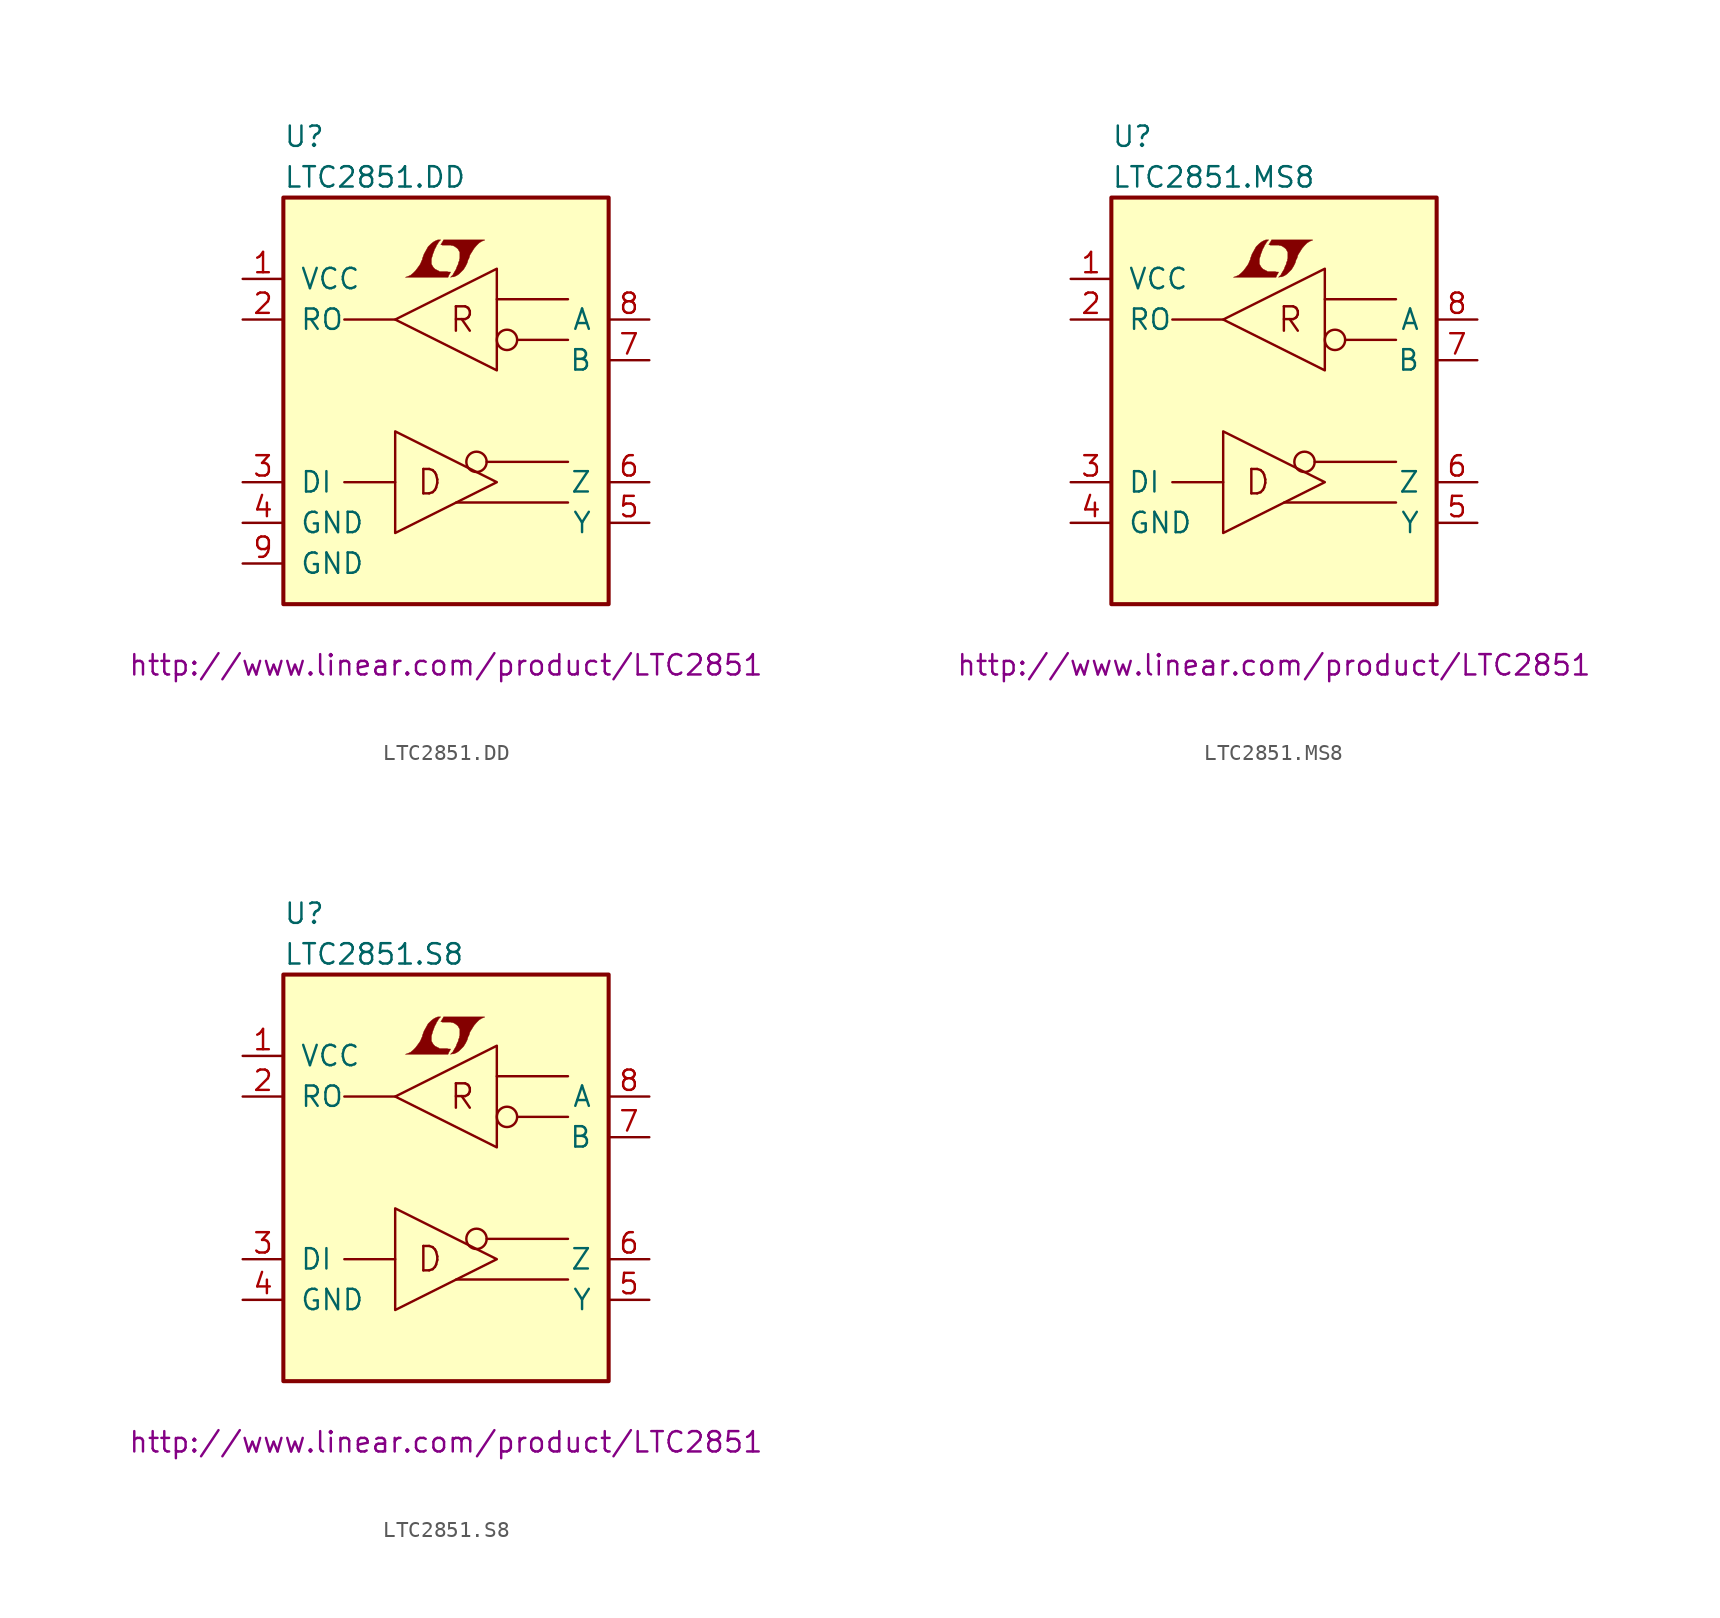
<source format=kicad_sym>
(kicad_symbol_lib
  (version 20201005)
  (generator kicad_symbol_editor)
  (symbol "LTC2851.DD"
    (pin_names
      (offset 1.016))
    (property "Reference" "U"
      (at -10.16 16.51 0)
      (effects (font (size 1.27 1.27)) (justify left)))
    (property "Value" "LTC2851.DD"
      (at -10.16 13.97 0)
      (effects (font (size 1.27 1.27)) (justify left)))
    (property "Datasheet" "http://www.linear.com/product/LTC2851"
      (at 0 -16.51 0)
      (effects (font (size 1.27 1.27))))
    (symbol "LTC2851.DD_0_0"
      (text "D" (at -1.016 -5.08 0) (effects (font (size 1.524 1.524))))
      (text "R" (at 1.016 5.08 0) (effects (font (size 1.524 1.524))))
      (polyline (pts (xy 0.203 7.899) (xy 0.229 7.925) (xy 0.279 8.026) (xy 0.279 8.052) (xy 0.152 8.052) (xy 0.051 8.077) (xy -0.406 8.077) (xy -0.432 8.103) (xy -0.686 8.23) (xy -0.787 8.331) (xy -0.864 8.458) (xy -0.914 8.56) (xy -0.914 8.865) (xy -0.864 9.017) (xy -0.838 9.119) (xy -0.813 9.195) (xy -0.762 9.322) (xy -0.711 9.474) (xy -0.635 9.601) (xy -0.584 9.728) (xy -0.508 9.83) (xy -0.457 9.931) (xy -0.33 10.058) (xy -0.508 10.058) (xy -0.635 10.008) (xy -0.737 9.957) (xy -0.813 9.906) (xy -0.94 9.804) (xy -1.118 9.627) (xy -1.372 9.169) (xy -1.473 8.89) (xy -1.473 8.839) (xy -1.524 8.738) (xy -1.575 8.611) (xy -1.626 8.509) (xy -1.753 8.331) (xy -1.905 8.128) (xy -2.057 7.976) (xy -2.21 7.849) (xy -2.388 7.772) (xy -2.54 7.722) (xy 0.127 7.722) (xy 0.203 7.899)) (stroke (width 0.025)) (fill (type outline)))
      (polyline (pts (xy 0.406 7.747) (xy 0.483 7.747) (xy 0.66 7.823) (xy 0.813 7.925) (xy 1.092 8.204) (xy 1.219 8.407) (xy 1.321 8.611) (xy 1.397 8.865) (xy 1.422 8.865) (xy 1.499 9.119) (xy 1.753 9.525) (xy 1.905 9.703) (xy 2.057 9.855) (xy 2.21 9.957) (xy 2.388 10.033) (xy 2.413 10.033) (xy 2.413 10.058) (xy -0.152 10.058) (xy -0.229 9.906) (xy -0.254 9.881) (xy -0.305 9.779) (xy -0.33 9.754) (xy -0.279 9.754) (xy -0.229 9.728) (xy 0.305 9.728) (xy 0.356 9.703) (xy 0.406 9.703) (xy 0.483 9.677) (xy 0.61 9.601) (xy 0.737 9.5) (xy 0.813 9.373) (xy 0.838 9.322) (xy 0.864 9.296) (xy 0.864 8.89) (xy 0.838 8.839) (xy 0.838 8.763) (xy 0.787 8.661) (xy 0.762 8.534) (xy 0.686 8.382) (xy 0.635 8.23) (xy 0.483 7.976) (xy 0.432 7.874) (xy 0.279 7.722) (xy 0.406 7.747)) (stroke (width 0.025)) (fill (type outline))))
    (symbol "LTC2851.DD_0_1"
      (circle (center 1.905 -3.81) (radius 0.635) (stroke (width 0)) (fill (type none)))
      (circle (center 3.81 3.81) (radius 0.635) (stroke (width 0)) (fill (type none)))
      (rectangle (start -10.16 12.7) (end 10.16 -12.7) (stroke (width 0.254)) (fill (type background)))
      (polyline (pts (xy -3.175 -5.08) (xy -6.35 -5.08)) (stroke (width 0)) (fill (type none)))
      (polyline (pts (xy -3.175 5.08) (xy -6.35 5.08)) (stroke (width 0)) (fill (type none)))
      (polyline (pts (xy 2.54 -3.81) (xy 7.62 -3.81)) (stroke (width 0)) (fill (type none)))
      (polyline (pts (xy 4.445 3.81) (xy 7.62 3.81)) (stroke (width 0)) (fill (type none)))
      (polyline (pts (xy 7.62 -6.35) (xy 0.635 -6.35)) (stroke (width 0)) (fill (type none)))
      (polyline (pts (xy 7.62 6.35) (xy 3.175 6.35)) (stroke (width 0)) (fill (type none)))
      (polyline (pts (xy -3.175 -1.905) (xy -3.175 -8.255) (xy 3.175 -5.08) (xy -3.175 -1.905)) (stroke (width 0)) (fill (type none)))
      (polyline (pts (xy -3.175 5.08) (xy 3.175 1.905) (xy 3.175 8.255) (xy -3.175 5.08)) (stroke (width 0)) (fill (type none))))
    (symbol "LTC2851.DD_1_1"
      (pin power_in line (at -12.7 7.62 0) (length 2.54) (name "VCC" (effects (font (size 1.27 1.27)))) (number "1" (effects (font (size 1.27 1.27)))))
      (pin output line (at -12.7 5.08 0) (length 2.54) (name "RO" (effects (font (size 1.27 1.27)))) (number "2" (effects (font (size 1.27 1.27)))))
      (pin input line (at -12.7 -5.08 0) (length 2.54) (name "DI" (effects (font (size 1.27 1.27)))) (number "3" (effects (font (size 1.27 1.27)))))
      (pin power_in line (at -12.7 -7.62 0) (length 2.54) (name "GND" (effects (font (size 1.27 1.27)))) (number "4" (effects (font (size 1.27 1.27)))))
      (pin passive line (at 12.7 -7.62 180) (length 2.54) (name "Y" (effects (font (size 1.27 1.27)))) (number "5" (effects (font (size 1.27 1.27)))))
      (pin passive line (at 12.7 -5.08 180) (length 2.54) (name "Z" (effects (font (size 1.27 1.27)))) (number "6" (effects (font (size 1.27 1.27)))))
      (pin passive line (at 12.7 2.54 180) (length 2.54) (name "B" (effects (font (size 1.27 1.27)))) (number "7" (effects (font (size 1.27 1.27)))))
      (pin passive line (at 12.7 5.08 180) (length 2.54) (name "A" (effects (font (size 1.27 1.27)))) (number "8" (effects (font (size 1.27 1.27)))))
      (pin power_in line (at -12.7 -10.16 0) (length 2.54) (name "GND" (effects (font (size 1.27 1.27)))) (number "9" (effects (font (size 1.27 1.27)))))))
  (symbol "LTC2851.MS8"
    (pin_names
      (offset 1.016))
    (property "Reference" "U"
      (at -10.16 16.51 0)
      (effects (font (size 1.27 1.27)) (justify left)))
    (property "Value" "LTC2851.MS8"
      (at -10.16 13.97 0)
      (effects (font (size 1.27 1.27)) (justify left)))
    (property "Datasheet" "http://www.linear.com/product/LTC2851"
      (at 0 -16.51 0)
      (effects (font (size 1.27 1.27))))
    (symbol "LTC2851.MS8_0_0"
      (text "D" (at -1.016 -5.08 0) (effects (font (size 1.524 1.524))))
      (text "R" (at 1.016 5.08 0) (effects (font (size 1.524 1.524))))
      (polyline (pts (xy 0.203 7.899) (xy 0.229 7.925) (xy 0.279 8.026) (xy 0.279 8.052) (xy 0.152 8.052) (xy 0.051 8.077) (xy -0.406 8.077) (xy -0.432 8.103) (xy -0.686 8.23) (xy -0.787 8.331) (xy -0.864 8.458) (xy -0.914 8.56) (xy -0.914 8.865) (xy -0.864 9.017) (xy -0.838 9.119) (xy -0.813 9.195) (xy -0.762 9.322) (xy -0.711 9.474) (xy -0.635 9.601) (xy -0.584 9.728) (xy -0.508 9.83) (xy -0.457 9.931) (xy -0.33 10.058) (xy -0.508 10.058) (xy -0.635 10.008) (xy -0.737 9.957) (xy -0.813 9.906) (xy -0.94 9.804) (xy -1.118 9.627) (xy -1.372 9.169) (xy -1.473 8.89) (xy -1.473 8.839) (xy -1.524 8.738) (xy -1.575 8.611) (xy -1.626 8.509) (xy -1.753 8.331) (xy -1.905 8.128) (xy -2.057 7.976) (xy -2.21 7.849) (xy -2.388 7.772) (xy -2.54 7.722) (xy 0.127 7.722) (xy 0.203 7.899)) (stroke (width 0.025)) (fill (type outline)))
      (polyline (pts (xy 0.406 7.747) (xy 0.483 7.747) (xy 0.66 7.823) (xy 0.813 7.925) (xy 1.092 8.204) (xy 1.219 8.407) (xy 1.321 8.611) (xy 1.397 8.865) (xy 1.422 8.865) (xy 1.499 9.119) (xy 1.753 9.525) (xy 1.905 9.703) (xy 2.057 9.855) (xy 2.21 9.957) (xy 2.388 10.033) (xy 2.413 10.033) (xy 2.413 10.058) (xy -0.152 10.058) (xy -0.229 9.906) (xy -0.254 9.881) (xy -0.305 9.779) (xy -0.33 9.754) (xy -0.279 9.754) (xy -0.229 9.728) (xy 0.305 9.728) (xy 0.356 9.703) (xy 0.406 9.703) (xy 0.483 9.677) (xy 0.61 9.601) (xy 0.737 9.5) (xy 0.813 9.373) (xy 0.838 9.322) (xy 0.864 9.296) (xy 0.864 8.89) (xy 0.838 8.839) (xy 0.838 8.763) (xy 0.787 8.661) (xy 0.762 8.534) (xy 0.686 8.382) (xy 0.635 8.23) (xy 0.483 7.976) (xy 0.432 7.874) (xy 0.279 7.722) (xy 0.406 7.747)) (stroke (width 0.025)) (fill (type outline))))
    (symbol "LTC2851.MS8_0_1"
      (circle (center 1.905 -3.81) (radius 0.635) (stroke (width 0)) (fill (type none)))
      (circle (center 3.81 3.81) (radius 0.635) (stroke (width 0)) (fill (type none)))
      (rectangle (start -10.16 12.7) (end 10.16 -12.7) (stroke (width 0.254)) (fill (type background)))
      (polyline (pts (xy -3.175 -5.08) (xy -6.35 -5.08)) (stroke (width 0)) (fill (type none)))
      (polyline (pts (xy -3.175 5.08) (xy -6.35 5.08)) (stroke (width 0)) (fill (type none)))
      (polyline (pts (xy 2.54 -3.81) (xy 7.62 -3.81)) (stroke (width 0)) (fill (type none)))
      (polyline (pts (xy 4.445 3.81) (xy 7.62 3.81)) (stroke (width 0)) (fill (type none)))
      (polyline (pts (xy 7.62 -6.35) (xy 0.635 -6.35)) (stroke (width 0)) (fill (type none)))
      (polyline (pts (xy 7.62 6.35) (xy 3.175 6.35)) (stroke (width 0)) (fill (type none)))
      (polyline (pts (xy -3.175 -1.905) (xy -3.175 -8.255) (xy 3.175 -5.08) (xy -3.175 -1.905)) (stroke (width 0)) (fill (type none)))
      (polyline (pts (xy -3.175 5.08) (xy 3.175 1.905) (xy 3.175 8.255) (xy -3.175 5.08)) (stroke (width 0)) (fill (type none))))
    (symbol "LTC2851.MS8_1_1"
      (pin power_in line (at -12.7 7.62 0) (length 2.54) (name "VCC" (effects (font (size 1.27 1.27)))) (number "1" (effects (font (size 1.27 1.27)))))
      (pin output line (at -12.7 5.08 0) (length 2.54) (name "RO" (effects (font (size 1.27 1.27)))) (number "2" (effects (font (size 1.27 1.27)))))
      (pin input line (at -12.7 -5.08 0) (length 2.54) (name "DI" (effects (font (size 1.27 1.27)))) (number "3" (effects (font (size 1.27 1.27)))))
      (pin power_in line (at -12.7 -7.62 0) (length 2.54) (name "GND" (effects (font (size 1.27 1.27)))) (number "4" (effects (font (size 1.27 1.27)))))
      (pin passive line (at 12.7 -7.62 180) (length 2.54) (name "Y" (effects (font (size 1.27 1.27)))) (number "5" (effects (font (size 1.27 1.27)))))
      (pin passive line (at 12.7 -5.08 180) (length 2.54) (name "Z" (effects (font (size 1.27 1.27)))) (number "6" (effects (font (size 1.27 1.27)))))
      (pin passive line (at 12.7 2.54 180) (length 2.54) (name "B" (effects (font (size 1.27 1.27)))) (number "7" (effects (font (size 1.27 1.27)))))
      (pin passive line (at 12.7 5.08 180) (length 2.54) (name "A" (effects (font (size 1.27 1.27)))) (number "8" (effects (font (size 1.27 1.27)))))))
  (symbol "LTC2851.S8"
    (pin_names
      (offset 1.016))
    (property "Reference" "U"
      (at -10.16 16.51 0)
      (effects (font (size 1.27 1.27)) (justify left)))
    (property "Value" "LTC2851.S8"
      (at -10.16 13.97 0)
      (effects (font (size 1.27 1.27)) (justify left)))
    (property "Datasheet" "http://www.linear.com/product/LTC2851"
      (at 0 -16.51 0)
      (effects (font (size 1.27 1.27))))
    (symbol "LTC2851.S8_0_0"
      (text "D" (at -1.016 -5.08 0) (effects (font (size 1.524 1.524))))
      (text "R" (at 1.016 5.08 0) (effects (font (size 1.524 1.524))))
      (polyline (pts (xy 0.203 7.899) (xy 0.229 7.925) (xy 0.279 8.026) (xy 0.279 8.052) (xy 0.152 8.052) (xy 0.051 8.077) (xy -0.406 8.077) (xy -0.432 8.103) (xy -0.686 8.23) (xy -0.787 8.331) (xy -0.864 8.458) (xy -0.914 8.56) (xy -0.914 8.865) (xy -0.864 9.017) (xy -0.838 9.119) (xy -0.813 9.195) (xy -0.762 9.322) (xy -0.711 9.474) (xy -0.635 9.601) (xy -0.584 9.728) (xy -0.508 9.83) (xy -0.457 9.931) (xy -0.33 10.058) (xy -0.508 10.058) (xy -0.635 10.008) (xy -0.737 9.957) (xy -0.813 9.906) (xy -0.94 9.804) (xy -1.118 9.627) (xy -1.372 9.169) (xy -1.473 8.89) (xy -1.473 8.839) (xy -1.524 8.738) (xy -1.575 8.611) (xy -1.626 8.509) (xy -1.753 8.331) (xy -1.905 8.128) (xy -2.057 7.976) (xy -2.21 7.849) (xy -2.388 7.772) (xy -2.54 7.722) (xy 0.127 7.722) (xy 0.203 7.899)) (stroke (width 0.025)) (fill (type outline)))
      (polyline (pts (xy 0.406 7.747) (xy 0.483 7.747) (xy 0.66 7.823) (xy 0.813 7.925) (xy 1.092 8.204) (xy 1.219 8.407) (xy 1.321 8.611) (xy 1.397 8.865) (xy 1.422 8.865) (xy 1.499 9.119) (xy 1.753 9.525) (xy 1.905 9.703) (xy 2.057 9.855) (xy 2.21 9.957) (xy 2.388 10.033) (xy 2.413 10.033) (xy 2.413 10.058) (xy -0.152 10.058) (xy -0.229 9.906) (xy -0.254 9.881) (xy -0.305 9.779) (xy -0.33 9.754) (xy -0.279 9.754) (xy -0.229 9.728) (xy 0.305 9.728) (xy 0.356 9.703) (xy 0.406 9.703) (xy 0.483 9.677) (xy 0.61 9.601) (xy 0.737 9.5) (xy 0.813 9.373) (xy 0.838 9.322) (xy 0.864 9.296) (xy 0.864 8.89) (xy 0.838 8.839) (xy 0.838 8.763) (xy 0.787 8.661) (xy 0.762 8.534) (xy 0.686 8.382) (xy 0.635 8.23) (xy 0.483 7.976) (xy 0.432 7.874) (xy 0.279 7.722) (xy 0.406 7.747)) (stroke (width 0.025)) (fill (type outline))))
    (symbol "LTC2851.S8_0_1"
      (circle (center 1.905 -3.81) (radius 0.635) (stroke (width 0)) (fill (type none)))
      (circle (center 3.81 3.81) (radius 0.635) (stroke (width 0)) (fill (type none)))
      (rectangle (start -10.16 12.7) (end 10.16 -12.7) (stroke (width 0.254)) (fill (type background)))
      (polyline (pts (xy -3.175 -5.08) (xy -6.35 -5.08)) (stroke (width 0)) (fill (type none)))
      (polyline (pts (xy -3.175 5.08) (xy -6.35 5.08)) (stroke (width 0)) (fill (type none)))
      (polyline (pts (xy 2.54 -3.81) (xy 7.62 -3.81)) (stroke (width 0)) (fill (type none)))
      (polyline (pts (xy 4.445 3.81) (xy 7.62 3.81)) (stroke (width 0)) (fill (type none)))
      (polyline (pts (xy 7.62 -6.35) (xy 0.635 -6.35)) (stroke (width 0)) (fill (type none)))
      (polyline (pts (xy 7.62 6.35) (xy 3.175 6.35)) (stroke (width 0)) (fill (type none)))
      (polyline (pts (xy -3.175 -1.905) (xy -3.175 -8.255) (xy 3.175 -5.08) (xy -3.175 -1.905)) (stroke (width 0)) (fill (type none)))
      (polyline (pts (xy -3.175 5.08) (xy 3.175 1.905) (xy 3.175 8.255) (xy -3.175 5.08)) (stroke (width 0)) (fill (type none))))
    (symbol "LTC2851.S8_1_1"
      (pin power_in line (at -12.7 7.62 0) (length 2.54) (name "VCC" (effects (font (size 1.27 1.27)))) (number "1" (effects (font (size 1.27 1.27)))))
      (pin output line (at -12.7 5.08 0) (length 2.54) (name "RO" (effects (font (size 1.27 1.27)))) (number "2" (effects (font (size 1.27 1.27)))))
      (pin input line (at -12.7 -5.08 0) (length 2.54) (name "DI" (effects (font (size 1.27 1.27)))) (number "3" (effects (font (size 1.27 1.27)))))
      (pin power_in line (at -12.7 -7.62 0) (length 2.54) (name "GND" (effects (font (size 1.27 1.27)))) (number "4" (effects (font (size 1.27 1.27)))))
      (pin passive line (at 12.7 -7.62 180) (length 2.54) (name "Y" (effects (font (size 1.27 1.27)))) (number "5" (effects (font (size 1.27 1.27)))))
      (pin passive line (at 12.7 -5.08 180) (length 2.54) (name "Z" (effects (font (size 1.27 1.27)))) (number "6" (effects (font (size 1.27 1.27)))))
      (pin passive line (at 12.7 2.54 180) (length 2.54) (name "B" (effects (font (size 1.27 1.27)))) (number "7" (effects (font (size 1.27 1.27)))))
      (pin passive line (at 12.7 5.08 180) (length 2.54) (name "A" (effects (font (size 1.27 1.27)))) (number "8" (effects (font (size 1.27 1.27))))))))
</source>
